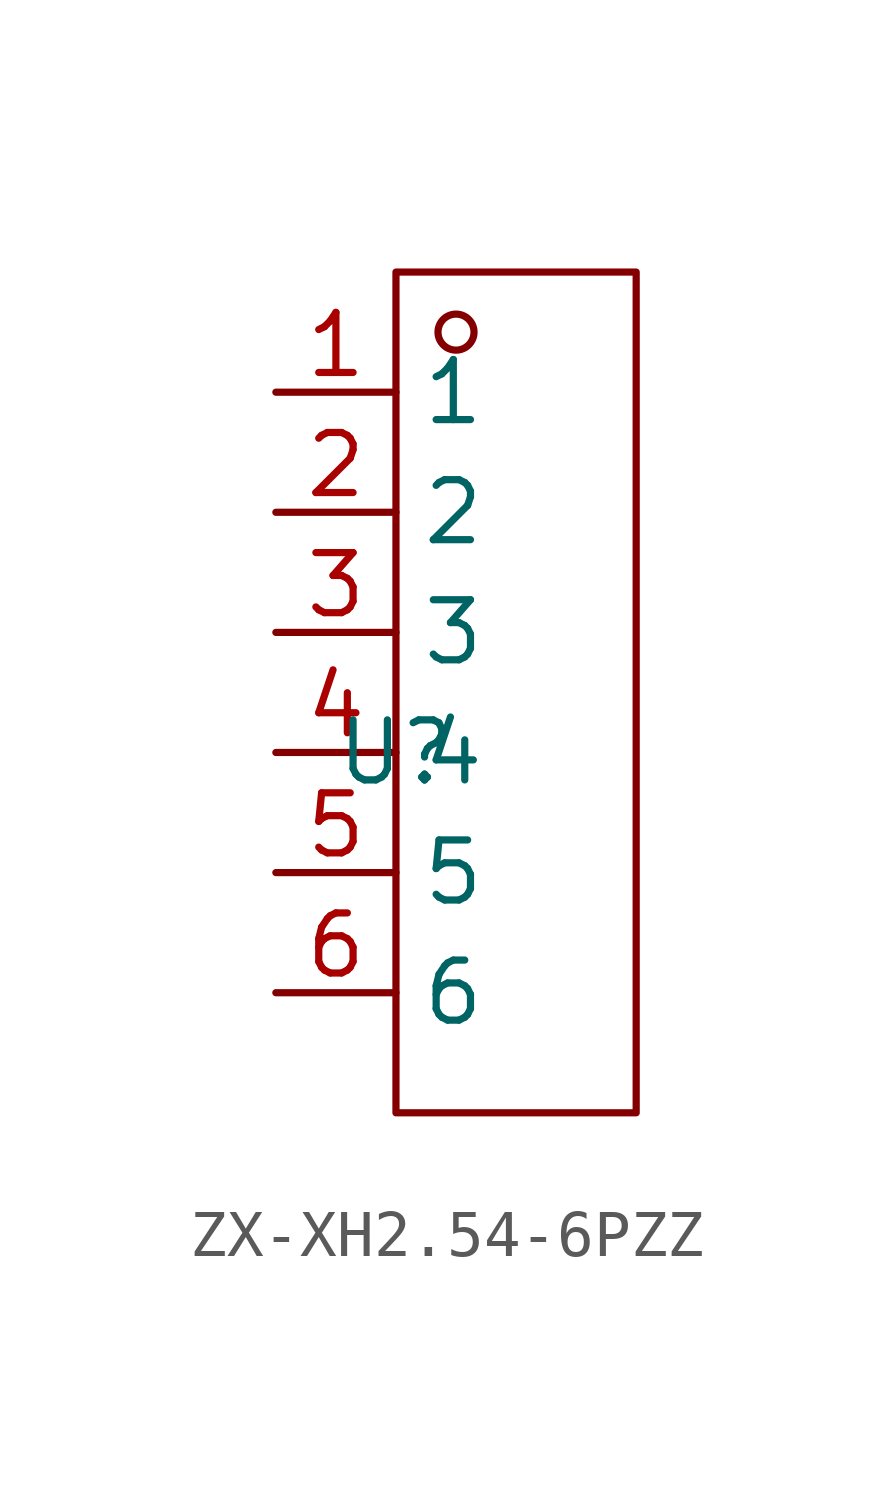
<source format=kicad_sym>
(kicad_symbol_lib
  (version 20231120)
  (generator "kicad_symbol_editor")
  (generator_version "8.0")
  (symbol "ZX-XH2.54-6PZZ"
    (property "Reference" "U"
      (at 0 0 0)
      (effects (font (size 1.27 1.27))))
    (property "Value" ""
      (at 0 0 0)
      (effects (font (size 1.27 1.27))))
    (symbol "ZX-XH2.54-6PZZ_1_0"
      (rectangle (start 0 -7.62) (end 5.08 10.16) (stroke (width 0) (type default)) (fill (type none)))
      (circle (center 1.27 8.89) (radius 0.381) (stroke (width 0) (type default)) (fill (type none)))
      (pin unspecified line (at -2.54 7.62 0) (length 2.54) (name "1" (effects (font (size 1.27 1.27)))) (number "1" (effects (font (size 1.27 1.27)))))
      (pin unspecified line (at -2.54 5.08 0) (length 2.54) (name "2" (effects (font (size 1.27 1.27)))) (number "2" (effects (font (size 1.27 1.27)))))
      (pin unspecified line (at -2.54 2.54 0) (length 2.54) (name "3" (effects (font (size 1.27 1.27)))) (number "3" (effects (font (size 1.27 1.27)))))
      (pin unspecified line (at -2.54 0 0) (length 2.54) (name "4" (effects (font (size 1.27 1.27)))) (number "4" (effects (font (size 1.27 1.27)))))
      (pin unspecified line (at -2.54 -2.54 0) (length 2.54) (name "5" (effects (font (size 1.27 1.27)))) (number "5" (effects (font (size 1.27 1.27)))))
      (pin unspecified line (at -2.54 -5.08 0) (length 2.54) (name "6" (effects (font (size 1.27 1.27)))) (number "6" (effects (font (size 1.27 1.27))))))))
</source>
